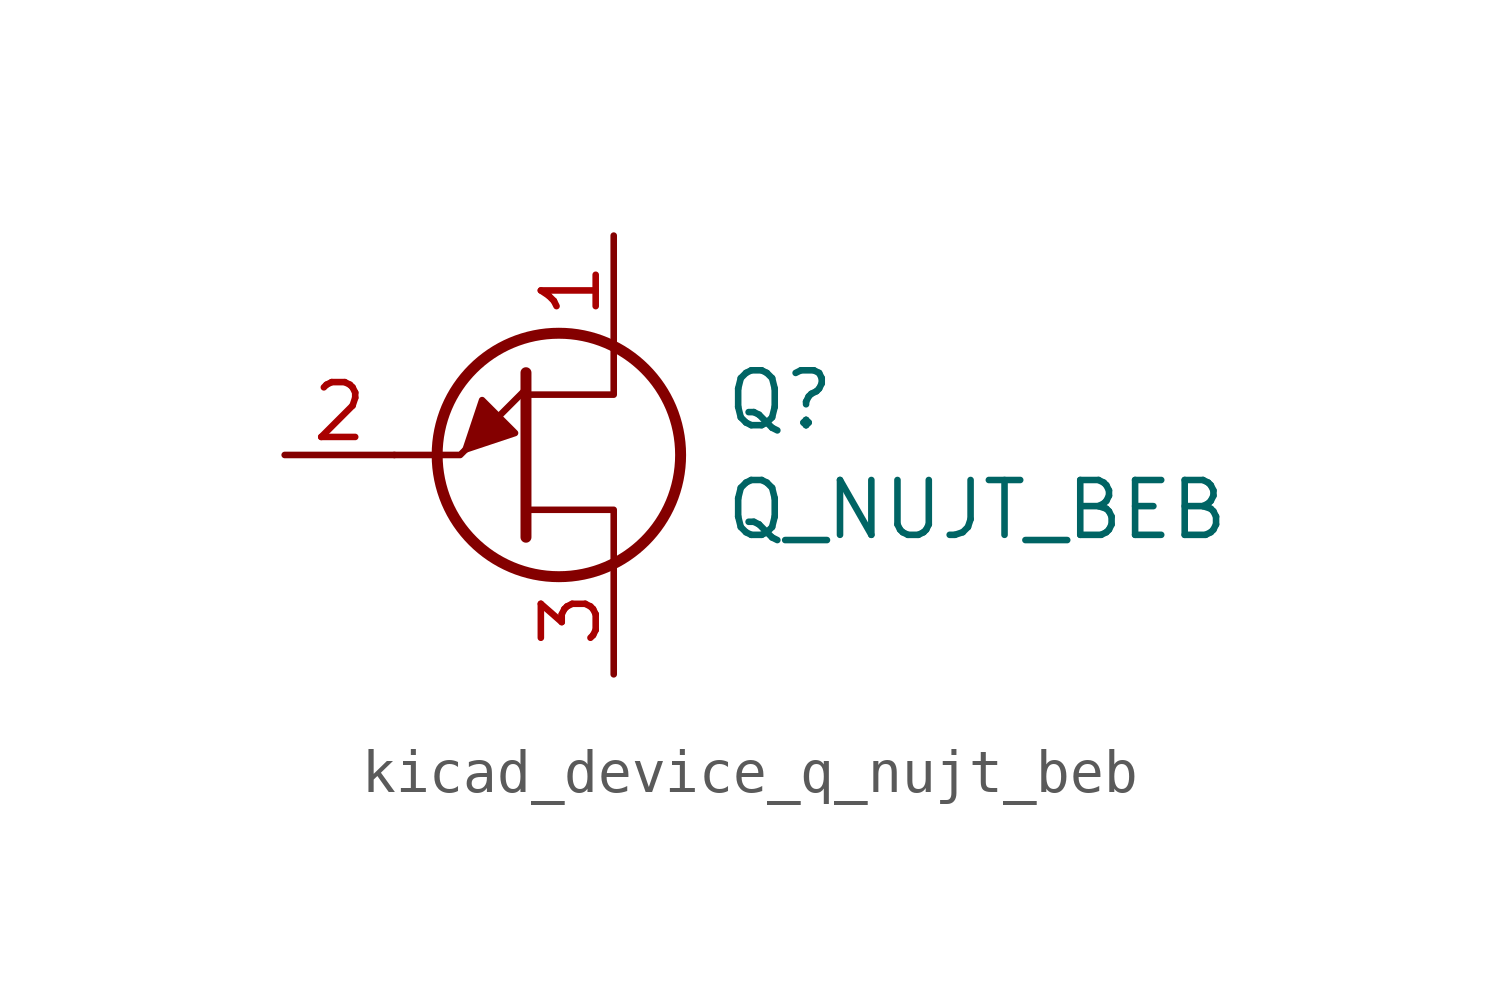
<source format=kicad_sym>
(kicad_symbol_lib
  (version 20220914)
  (generator kicad_symbol_editor)
  (symbol "kicad_device_q_nujt_beb"
    (pin_names
      (offset 0) hide)
    (property "Reference" "Q"
      (at 5.08 1.27 0)
      (effects (font (size 1.27 1.27)) (justify left)))
    (property "Value" "Q_NUJT_BEB"
      (at 5.08 -1.27 0)
      (effects (font (size 1.27 1.27)) (justify left)))
    (symbol "kicad_device_q_nujt_beb_0_1"
      (polyline (pts (xy -2.54 0) (xy -1.016 0) (xy 0.508 1.524)) (stroke (width 0) (type default)) (fill (type none)))
      (polyline (pts (xy 0.508 1.905) (xy 0.508 -1.905) (xy 0.508 -1.905)) (stroke (width 0.254) (type default)) (fill (type none)))
      (polyline (pts (xy 2.54 -2.54) (xy 2.54 -1.27) (xy 0.508 -1.27)) (stroke (width 0) (type default)) (fill (type none)))
      (polyline (pts (xy 2.54 2.54) (xy 2.54 1.397) (xy 0.508 1.397)) (stroke (width 0) (type default)) (fill (type none)))
      (polyline (pts (xy -0.889 0.127) (xy -0.508 1.27) (xy 0.254 0.508) (xy -0.889 0.127)) (stroke (width 0) (type default)) (fill (type outline)))
      (circle (center 1.27 0) (radius 2.819) (stroke (width 0.254) (type default)) (fill (type none))))
    (symbol "kicad_device_q_nujt_beb_1_1"
      (pin passive line (at 2.54 5.08 270) (length 2.54) (name "B2" (effects (font (size 1.27 1.27)))) (number "1" (effects (font (size 1.27 1.27)))))
      (pin input line (at -5.08 0 0) (length 2.54) (name "E" (effects (font (size 1.27 1.27)))) (number "2" (effects (font (size 1.27 1.27)))))
      (pin passive line (at 2.54 -5.08 90) (length 2.54) (name "B1" (effects (font (size 1.27 1.27)))) (number "3" (effects (font (size 1.27 1.27))))))))
</source>
